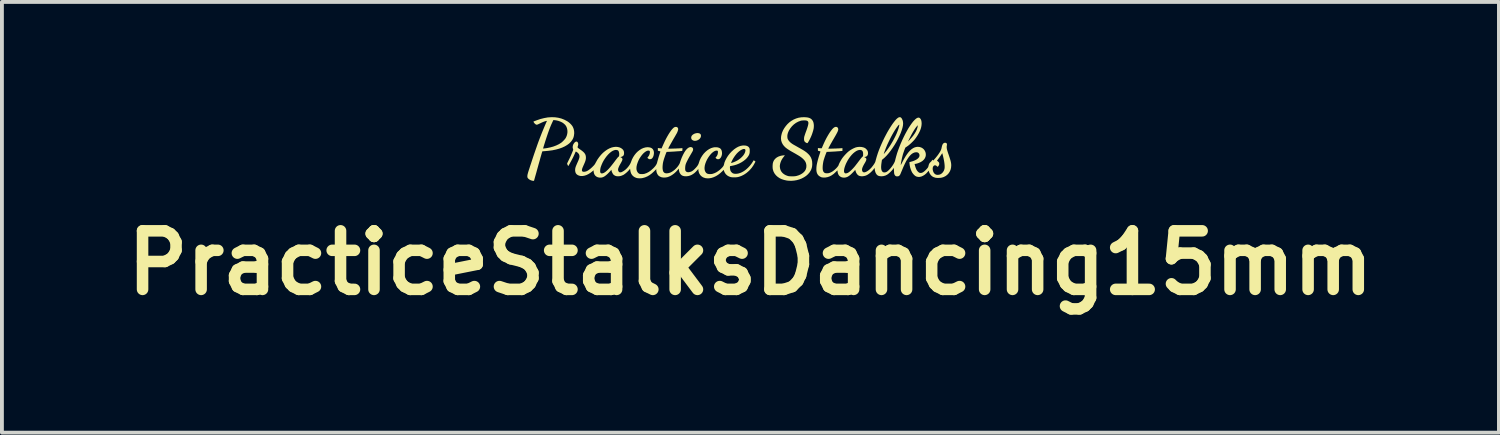
<source format=kicad_pcb>
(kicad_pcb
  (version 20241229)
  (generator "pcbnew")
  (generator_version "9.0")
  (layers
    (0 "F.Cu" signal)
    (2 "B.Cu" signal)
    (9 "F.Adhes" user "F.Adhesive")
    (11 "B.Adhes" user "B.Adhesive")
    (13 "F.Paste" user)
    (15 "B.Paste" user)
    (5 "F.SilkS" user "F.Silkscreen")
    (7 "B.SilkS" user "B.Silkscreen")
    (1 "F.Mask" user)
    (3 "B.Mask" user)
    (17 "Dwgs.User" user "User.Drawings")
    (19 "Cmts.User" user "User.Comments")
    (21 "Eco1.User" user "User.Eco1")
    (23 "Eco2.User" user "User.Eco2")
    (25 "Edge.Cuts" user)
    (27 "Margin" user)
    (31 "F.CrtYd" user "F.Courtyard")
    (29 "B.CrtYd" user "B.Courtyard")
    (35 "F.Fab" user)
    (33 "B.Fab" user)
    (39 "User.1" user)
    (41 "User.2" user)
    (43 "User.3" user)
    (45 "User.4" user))
  (footprint "PracticeStalksDancing15mm"
    (layer "F.Cu")
    (at 16.481 3.792)
    (property "Reference" "PracticeStalksDancing15mm" (at 0 0 0) (layer "F.SilkS") (effects (font (size 1.524 1.524) (thickness 0.3))))
    (attr board_only exclude_from_pos_files exclude_from_bom)
    (fp_poly (pts (xy -1.335 -3.373) (xy -1.312 -3.362) (xy -1.298 -3.349) (xy -1.29 -3.33) (xy -1.287 -3.306) (xy -1.291 -3.281) (xy -1.301 -3.256) (xy -1.302 -3.255) (xy -1.322 -3.228) (xy -1.35 -3.206) (xy -1.382 -3.189) (xy -1.416 -3.179) (xy -1.45 -3.177) (xy -1.474 -3.18) (xy -1.503 -3.192) (xy -1.525 -3.208) (xy -1.537 -3.23) (xy -1.542 -3.257) (xy -1.538 -3.286) (xy -1.526 -3.311) (xy -1.505 -3.333) (xy -1.475 -3.353) (xy -1.46 -3.361) (xy -1.427 -3.372) (xy -1.395 -3.378) (xy -1.363 -3.378)) (stroke (width 0) (type solid)) (fill yes) (layer "F.SilkS"))
    (fp_poly (pts (xy -5.09 -3.79) (xy -5.004 -3.778) (xy -4.921 -3.757) (xy -4.842 -3.726) (xy -4.772 -3.689) (xy -4.736 -3.665) (xy -4.701 -3.636) (xy -4.668 -3.603) (xy -4.641 -3.57) (xy -4.621 -3.538) (xy -4.62 -3.535) (xy -4.6 -3.485) (xy -4.589 -3.43) (xy -4.586 -3.374) (xy -4.593 -3.317) (xy -4.593 -3.315) (xy -4.601 -3.28) (xy -4.61 -3.252) (xy -4.623 -3.225) (xy -4.638 -3.198) (xy -4.673 -3.151) (xy -4.718 -3.107) (xy -4.771 -3.068) (xy -4.832 -3.032) (xy -4.901 -3) (xy -4.977 -2.973) (xy -5.061 -2.95) (xy -5.152 -2.931) (xy -5.249 -2.918) (xy -5.334 -2.91) (xy -5.361 -2.908) (xy -5.385 -2.906) (xy -5.403 -2.904) (xy -5.414 -2.902) (xy -5.417 -2.901) (xy -5.419 -2.896) (xy -5.423 -2.882) (xy -5.43 -2.86) (xy -5.438 -2.831) (xy -5.448 -2.796) (xy -5.46 -2.755) (xy -5.473 -2.709) (xy -5.486 -2.66) (xy -5.5 -2.611) (xy -5.516 -2.555) (xy -5.531 -2.5) (xy -5.546 -2.447) (xy -5.56 -2.396) (xy -5.573 -2.348) (xy -5.585 -2.306) (xy -5.595 -2.271) (xy -5.603 -2.243) (xy -5.607 -2.229) (xy -5.633 -2.135) (xy -5.651 -2.136) (xy -5.667 -2.137) (xy -5.686 -2.141) (xy -5.691 -2.142) (xy -5.727 -2.155) (xy -5.759 -2.174) (xy -5.784 -2.195) (xy -5.8 -2.217) (xy -5.804 -2.23) (xy -5.806 -2.246) (xy -5.805 -2.27) (xy -5.805 -2.27) (xy -5.804 -2.281) (xy -5.802 -2.294) (xy -5.798 -2.31) (xy -5.793 -2.33) (xy -5.786 -2.355) (xy -5.777 -2.385) (xy -5.765 -2.422) (xy -5.75 -2.467) (xy -5.737 -2.508) (xy -5.699 -2.623) (xy -5.664 -2.73) (xy -5.631 -2.828) (xy -5.599 -2.92) (xy -5.579 -2.978) (xy -5.396 -2.978) (xy -5.391 -2.977) (xy -5.377 -2.977) (xy -5.353 -2.98) (xy -5.32 -2.984) (xy -5.291 -2.989) (xy -5.208 -3.006) (xy -5.129 -3.028) (xy -5.055 -3.056) (xy -4.988 -3.088) (xy -4.932 -3.122) (xy -4.905 -3.143) (xy -4.877 -3.169) (xy -4.85 -3.197) (xy -4.826 -3.225) (xy -4.808 -3.25) (xy -4.806 -3.254) (xy -4.783 -3.302) (xy -4.769 -3.352) (xy -4.762 -3.403) (xy -4.764 -3.452) (xy -4.773 -3.5) (xy -4.789 -3.544) (xy -4.814 -3.583) (xy -4.824 -3.595) (xy -4.859 -3.627) (xy -4.901 -3.656) (xy -4.95 -3.679) (xy -5.003 -3.698) (xy -5.059 -3.71) (xy -5.09 -3.714) (xy -5.129 -3.717) (xy -5.159 -3.653) (xy -5.187 -3.592) (xy -5.215 -3.524) (xy -5.243 -3.45) (xy -5.273 -3.366) (xy -5.3 -3.286) (xy -5.314 -3.244) (xy -5.327 -3.203) (xy -5.341 -3.161) (xy -5.353 -3.121) (xy -5.365 -3.084) (xy -5.375 -3.051) (xy -5.384 -3.022) (xy -5.39 -3) (xy -5.395 -2.985) (xy -5.396 -2.978) (xy -5.579 -2.978) (xy -5.569 -3.006) (xy -5.541 -3.087) (xy -5.513 -3.164) (xy -5.485 -3.238) (xy -5.457 -3.31) (xy -5.43 -3.38) (xy -5.401 -3.45) (xy -5.372 -3.52) (xy -5.341 -3.593) (xy -5.309 -3.667) (xy -5.305 -3.675) (xy -5.296 -3.697) (xy -5.315 -3.693) (xy -5.345 -3.686) (xy -5.382 -3.673) (xy -5.425 -3.655) (xy -5.473 -3.632) (xy -5.478 -3.63) (xy -5.509 -3.615) (xy -5.533 -3.604) (xy -5.551 -3.598) (xy -5.566 -3.597) (xy -5.578 -3.599) (xy -5.59 -3.606) (xy -5.602 -3.616) (xy -5.606 -3.619) (xy -5.62 -3.633) (xy -5.632 -3.648) (xy -5.641 -3.662) (xy -5.646 -3.673) (xy -5.645 -3.679) (xy -5.639 -3.682) (xy -5.625 -3.688) (xy -5.605 -3.695) (xy -5.581 -3.704) (xy -5.555 -3.714) (xy -5.528 -3.723) (xy -5.502 -3.732) (xy -5.48 -3.74) (xy -5.467 -3.744) (xy -5.368 -3.769) (xy -5.273 -3.786) (xy -5.18 -3.792)) (stroke (width 0) (type solid)) (fill yes) (layer "F.SilkS"))
    (fp_poly (pts (xy 1.451 -3.789) (xy 1.497 -3.783) (xy 1.537 -3.771) (xy 1.57 -3.754) (xy 1.597 -3.731) (xy 1.618 -3.703) (xy 1.627 -3.688) (xy 1.64 -3.654) (xy 1.648 -3.612) (xy 1.651 -3.566) (xy 1.648 -3.517) (xy 1.645 -3.496) (xy 1.639 -3.468) (xy 1.63 -3.433) (xy 1.618 -3.395) (xy 1.605 -3.355) (xy 1.59 -3.316) (xy 1.582 -3.296) (xy 1.569 -3.267) (xy 1.555 -3.237) (xy 1.54 -3.207) (xy 1.525 -3.18) (xy 1.511 -3.155) (xy 1.499 -3.136) (xy 1.489 -3.122) (xy 1.482 -3.116) (xy 1.481 -3.116) (xy 1.467 -3.119) (xy 1.45 -3.127) (xy 1.432 -3.138) (xy 1.419 -3.149) (xy 1.407 -3.164) (xy 1.4 -3.182) (xy 1.396 -3.204) (xy 1.395 -3.226) (xy 1.396 -3.242) (xy 1.397 -3.257) (xy 1.399 -3.273) (xy 1.403 -3.291) (xy 1.41 -3.312) (xy 1.418 -3.338) (xy 1.429 -3.37) (xy 1.443 -3.409) (xy 1.453 -3.435) (xy 1.472 -3.489) (xy 1.487 -3.535) (xy 1.498 -3.574) (xy 1.505 -3.606) (xy 1.509 -3.632) (xy 1.508 -3.653) (xy 1.503 -3.67) (xy 1.495 -3.684) (xy 1.482 -3.694) (xy 1.474 -3.699) (xy 1.459 -3.704) (xy 1.437 -3.707) (xy 1.41 -3.709) (xy 1.38 -3.708) (xy 1.351 -3.706) (xy 1.324 -3.703) (xy 1.305 -3.698) (xy 1.243 -3.675) (xy 1.184 -3.643) (xy 1.13 -3.603) (xy 1.081 -3.556) (xy 1.038 -3.502) (xy 1.002 -3.444) (xy 0.992 -3.423) (xy 0.976 -3.384) (xy 0.966 -3.348) (xy 0.961 -3.313) (xy 0.961 -3.281) (xy 0.963 -3.257) (xy 0.966 -3.24) (xy 0.971 -3.224) (xy 0.98 -3.207) (xy 0.998 -3.179) (xy 1.024 -3.15) (xy 1.055 -3.122) (xy 1.09 -3.097) (xy 1.095 -3.093) (xy 1.109 -3.085) (xy 1.129 -3.073) (xy 1.156 -3.058) (xy 1.186 -3.041) (xy 1.218 -3.023) (xy 1.24 -3.01) (xy 1.275 -2.991) (xy 1.31 -2.971) (xy 1.343 -2.952) (xy 1.374 -2.934) (xy 1.398 -2.919) (xy 1.408 -2.913) (xy 1.464 -2.872) (xy 1.51 -2.83) (xy 1.548 -2.786) (xy 1.576 -2.74) (xy 1.595 -2.69) (xy 1.606 -2.636) (xy 1.609 -2.578) (xy 1.609 -2.561) (xy 1.605 -2.513) (xy 1.596 -2.471) (xy 1.582 -2.431) (xy 1.567 -2.4) (xy 1.536 -2.351) (xy 1.496 -2.306) (xy 1.45 -2.265) (xy 1.396 -2.229) (xy 1.338 -2.198) (xy 1.275 -2.173) (xy 1.208 -2.154) (xy 1.139 -2.142) (xy 1.069 -2.136) (xy 0.998 -2.138) (xy 0.948 -2.143) (xy 0.878 -2.158) (xy 0.815 -2.179) (xy 0.758 -2.206) (xy 0.708 -2.24) (xy 0.665 -2.279) (xy 0.63 -2.323) (xy 0.603 -2.372) (xy 0.586 -2.423) (xy 0.579 -2.46) (xy 0.577 -2.501) (xy 0.578 -2.544) (xy 0.582 -2.586) (xy 0.591 -2.621) (xy 0.594 -2.631) (xy 0.614 -2.672) (xy 0.643 -2.708) (xy 0.679 -2.739) (xy 0.722 -2.764) (xy 0.771 -2.782) (xy 0.782 -2.785) (xy 0.803 -2.79) (xy 0.825 -2.794) (xy 0.848 -2.797) (xy 0.868 -2.799) (xy 0.884 -2.8) (xy 0.893 -2.8) (xy 0.895 -2.798) (xy 0.892 -2.793) (xy 0.884 -2.782) (xy 0.875 -2.772) (xy 0.839 -2.725) (xy 0.809 -2.676) (xy 0.787 -2.625) (xy 0.772 -2.574) (xy 0.765 -2.525) (xy 0.765 -2.515) (xy 0.77 -2.465) (xy 0.783 -2.418) (xy 0.805 -2.376) (xy 0.836 -2.339) (xy 0.874 -2.308) (xy 0.92 -2.282) (xy 0.965 -2.265) (xy 0.981 -2.26) (xy 0.996 -2.257) (xy 1.012 -2.255) (xy 1.032 -2.254) (xy 1.058 -2.253) (xy 1.083 -2.253) (xy 1.116 -2.253) (xy 1.142 -2.254) (xy 1.163 -2.256) (xy 1.182 -2.259) (xy 1.201 -2.263) (xy 1.208 -2.265) (xy 1.262 -2.282) (xy 1.312 -2.305) (xy 1.356 -2.333) (xy 1.393 -2.365) (xy 1.421 -2.398) (xy 1.442 -2.438) (xy 1.454 -2.482) (xy 1.457 -2.529) (xy 1.454 -2.558) (xy 1.446 -2.595) (xy 1.432 -2.629) (xy 1.411 -2.662) (xy 1.381 -2.696) (xy 1.378 -2.699) (xy 1.359 -2.717) (xy 1.338 -2.735) (xy 1.314 -2.753) (xy 1.286 -2.773) (xy 1.252 -2.794) (xy 1.213 -2.817) (xy 1.167 -2.844) (xy 1.135 -2.862) (xy 1.085 -2.89) (xy 1.043 -2.914) (xy 1.008 -2.936) (xy 0.978 -2.955) (xy 0.953 -2.972) (xy 0.931 -2.989) (xy 0.914 -3.002) (xy 0.872 -3.044) (xy 0.839 -3.089) (xy 0.815 -3.137) (xy 0.8 -3.188) (xy 0.795 -3.242) (xy 0.8 -3.3) (xy 0.814 -3.361) (xy 0.826 -3.398) (xy 0.85 -3.453) (xy 0.882 -3.508) (xy 0.921 -3.562) (xy 0.964 -3.612) (xy 1.011 -3.656) (xy 1.059 -3.692) (xy 1.123 -3.73) (xy 1.188 -3.758) (xy 1.254 -3.778) (xy 1.324 -3.789) (xy 1.395 -3.792)) (stroke (width 0) (type solid)) (fill yes) (layer "F.SilkS"))
    (fp_poly (pts (xy 3.9 -3.792) (xy 3.919 -3.781) (xy 3.937 -3.761) (xy 3.944 -3.748) (xy 3.962 -3.709) (xy 3.971 -3.668) (xy 3.974 -3.625) (xy 3.97 -3.577) (xy 3.959 -3.523) (xy 3.938 -3.453) (xy 3.911 -3.379) (xy 3.877 -3.302) (xy 3.839 -3.224) (xy 3.797 -3.146) (xy 3.751 -3.069) (xy 3.702 -2.994) (xy 3.652 -2.923) (xy 3.601 -2.857) (xy 3.549 -2.797) (xy 3.498 -2.745) (xy 3.457 -2.709) (xy 3.423 -2.681) (xy 3.414 -2.622) (xy 3.406 -2.563) (xy 3.402 -2.513) (xy 3.402 -2.471) (xy 3.406 -2.437) (xy 3.414 -2.408) (xy 3.426 -2.386) (xy 3.442 -2.368) (xy 3.447 -2.364) (xy 3.468 -2.356) (xy 3.493 -2.354) (xy 3.52 -2.359) (xy 3.539 -2.366) (xy 3.564 -2.382) (xy 3.592 -2.406) (xy 3.622 -2.436) (xy 3.653 -2.471) (xy 3.683 -2.51) (xy 3.711 -2.551) (xy 3.717 -2.561) (xy 3.733 -2.588) (xy 3.745 -2.611) (xy 3.755 -2.631) (xy 3.762 -2.652) (xy 3.769 -2.677) (xy 3.773 -2.696) (xy 3.794 -2.774) (xy 3.818 -2.856) (xy 3.847 -2.939) (xy 3.879 -3.024) (xy 3.913 -3.109) (xy 3.935 -3.158) (xy 4.101 -3.158) (xy 4.149 -3.208) (xy 4.171 -3.233) (xy 4.196 -3.261) (xy 4.219 -3.289) (xy 4.236 -3.31) (xy 4.275 -3.366) (xy 4.307 -3.42) (xy 4.331 -3.472) (xy 4.347 -3.521) (xy 4.353 -3.556) (xy 4.356 -3.583) (xy 4.333 -3.558) (xy 4.311 -3.531) (xy 4.285 -3.495) (xy 4.257 -3.452) (xy 4.227 -3.402) (xy 4.196 -3.347) (xy 4.165 -3.287) (xy 4.144 -3.246) (xy 4.101 -3.158) (xy 3.935 -3.158) (xy 3.95 -3.193) (xy 3.989 -3.275) (xy 4.029 -3.355) (xy 4.07 -3.43) (xy 4.111 -3.502) (xy 4.153 -3.567) (xy 4.194 -3.626) (xy 4.233 -3.677) (xy 4.272 -3.719) (xy 4.282 -3.729) (xy 4.313 -3.756) (xy 4.341 -3.773) (xy 4.367 -3.781) (xy 4.39 -3.779) (xy 4.41 -3.768) (xy 4.428 -3.747) (xy 4.431 -3.743) (xy 4.445 -3.712) (xy 4.453 -3.674) (xy 4.456 -3.631) (xy 4.453 -3.584) (xy 4.445 -3.535) (xy 4.431 -3.486) (xy 4.411 -3.434) (xy 4.384 -3.379) (xy 4.352 -3.323) (xy 4.316 -3.268) (xy 4.278 -3.216) (xy 4.277 -3.215) (xy 4.25 -3.184) (xy 4.218 -3.151) (xy 4.183 -3.117) (xy 4.147 -3.085) (xy 4.113 -3.056) (xy 4.082 -3.034) (xy 4.032 -3) (xy 4.009 -2.942) (xy 3.998 -2.911) (xy 3.986 -2.876) (xy 3.974 -2.842) (xy 3.968 -2.823) (xy 3.961 -2.795) (xy 3.952 -2.761) (xy 3.943 -2.723) (xy 3.935 -2.683) (xy 3.927 -2.645) (xy 3.92 -2.609) (xy 3.915 -2.579) (xy 3.914 -2.566) (xy 3.913 -2.556) (xy 3.913 -2.55) (xy 3.914 -2.549) (xy 3.918 -2.554) (xy 3.924 -2.565) (xy 3.934 -2.584) (xy 3.947 -2.61) (xy 3.949 -2.613) (xy 3.992 -2.694) (xy 4.034 -2.766) (xy 4.075 -2.828) (xy 4.115 -2.881) (xy 4.155 -2.925) (xy 4.195 -2.96) (xy 4.236 -2.987) (xy 4.276 -3.006) (xy 4.317 -3.017) (xy 4.358 -3.021) (xy 4.403 -3.016) (xy 4.445 -3.003) (xy 4.482 -2.982) (xy 4.513 -2.955) (xy 4.537 -2.921) (xy 4.555 -2.883) (xy 4.564 -2.841) (xy 4.565 -2.803) (xy 4.557 -2.762) (xy 4.54 -2.723) (xy 4.514 -2.687) (xy 4.48 -2.655) (xy 4.437 -2.627) (xy 4.421 -2.619) (xy 4.394 -2.607) (xy 4.364 -2.595) (xy 4.335 -2.586) (xy 4.309 -2.579) (xy 4.288 -2.576) (xy 4.283 -2.576) (xy 4.272 -2.576) (xy 4.283 -2.532) (xy 4.297 -2.486) (xy 4.311 -2.449) (xy 4.326 -2.418) (xy 4.343 -2.393) (xy 4.364 -2.37) (xy 4.365 -2.369) (xy 4.388 -2.351) (xy 4.411 -2.342) (xy 4.437 -2.341) (xy 4.446 -2.342) (xy 4.47 -2.348) (xy 4.494 -2.36) (xy 4.52 -2.378) (xy 4.55 -2.404) (xy 4.558 -2.413) (xy 4.582 -2.437) (xy 4.744 -2.437) (xy 4.745 -2.421) (xy 4.756 -2.38) (xy 4.772 -2.346) (xy 4.795 -2.319) (xy 4.823 -2.3) (xy 4.823 -2.3) (xy 4.847 -2.293) (xy 4.875 -2.291) (xy 4.905 -2.294) (xy 4.933 -2.301) (xy 4.943 -2.305) (xy 4.979 -2.328) (xy 5.009 -2.359) (xy 5.033 -2.396) (xy 5.048 -2.438) (xy 5.051 -2.449) (xy 5.055 -2.483) (xy 5.055 -2.526) (xy 5.051 -2.577) (xy 5.043 -2.635) (xy 5.031 -2.699) (xy 5.015 -2.771) (xy 5.005 -2.812) (xy 4.993 -2.856) (xy 4.949 -2.79) (xy 4.931 -2.765) (xy 4.914 -2.739) (xy 4.897 -2.717) (xy 4.884 -2.699) (xy 4.88 -2.694) (xy 4.869 -2.679) (xy 4.86 -2.668) (xy 4.856 -2.661) (xy 4.856 -2.661) (xy 4.86 -2.657) (xy 4.87 -2.649) (xy 4.876 -2.644) (xy 4.899 -2.624) (xy 4.912 -2.601) (xy 4.915 -2.576) (xy 4.909 -2.549) (xy 4.895 -2.525) (xy 4.886 -2.512) (xy 4.877 -2.503) (xy 4.873 -2.501) (xy 4.866 -2.504) (xy 4.857 -2.512) (xy 4.856 -2.513) (xy 4.835 -2.531) (xy 4.814 -2.539) (xy 4.794 -2.539) (xy 4.776 -2.531) (xy 4.761 -2.516) (xy 4.75 -2.495) (xy 4.744 -2.469) (xy 4.744 -2.437) (xy 4.582 -2.437) (xy 4.584 -2.439) (xy 4.603 -2.461) (xy 4.617 -2.479) (xy 4.626 -2.496) (xy 4.632 -2.513) (xy 4.636 -2.531) (xy 4.647 -2.569) (xy 4.665 -2.601) (xy 4.692 -2.628) (xy 4.709 -2.644) (xy 4.721 -2.66) (xy 4.725 -2.667) (xy 4.73 -2.679) (xy 4.734 -2.685) (xy 4.734 -2.686) (xy 4.739 -2.682) (xy 4.746 -2.674) (xy 4.755 -2.663) (xy 4.771 -2.678) (xy 4.783 -2.691) (xy 4.8 -2.71) (xy 4.82 -2.733) (xy 4.84 -2.758) (xy 4.861 -2.784) (xy 4.88 -2.809) (xy 4.895 -2.83) (xy 4.9 -2.838) (xy 4.925 -2.875) (xy 4.944 -2.908) (xy 4.958 -2.937) (xy 4.968 -2.964) (xy 4.975 -2.992) (xy 4.977 -3.003) (xy 4.987 -3.046) (xy 4.999 -3.079) (xy 5.015 -3.103) (xy 5.034 -3.119) (xy 5.056 -3.126) (xy 5.067 -3.127) (xy 5.089 -3.123) (xy 5.105 -3.113) (xy 5.114 -3.098) (xy 5.114 -3.098) (xy 5.115 -3.086) (xy 5.114 -3.069) (xy 5.111 -3.049) (xy 5.111 -3.049) (xy 5.108 -3.028) (xy 5.108 -3.006) (xy 5.11 -2.984) (xy 5.114 -2.958) (xy 5.122 -2.928) (xy 5.133 -2.892) (xy 5.147 -2.848) (xy 5.152 -2.836) (xy 5.17 -2.782) (xy 5.185 -2.737) (xy 5.197 -2.698) (xy 5.207 -2.665) (xy 5.214 -2.637) (xy 5.219 -2.612) (xy 5.223 -2.589) (xy 5.225 -2.567) (xy 5.226 -2.544) (xy 5.226 -2.53) (xy 5.221 -2.474) (xy 5.208 -2.422) (xy 5.186 -2.373) (xy 5.157 -2.329) (xy 5.12 -2.29) (xy 5.078 -2.259) (xy 5.029 -2.234) (xy 4.986 -2.221) (xy 4.956 -2.215) (xy 4.921 -2.212) (xy 4.885 -2.211) (xy 4.851 -2.212) (xy 4.822 -2.215) (xy 4.818 -2.216) (xy 4.772 -2.23) (xy 4.732 -2.251) (xy 4.698 -2.281) (xy 4.671 -2.318) (xy 4.65 -2.362) (xy 4.65 -2.364) (xy 4.638 -2.399) (xy 4.612 -2.367) (xy 4.574 -2.326) (xy 4.534 -2.293) (xy 4.492 -2.267) (xy 4.45 -2.248) (xy 4.408 -2.238) (xy 4.367 -2.237) (xy 4.329 -2.245) (xy 4.308 -2.253) (xy 4.284 -2.268) (xy 4.259 -2.29) (xy 4.235 -2.317) (xy 4.213 -2.346) (xy 4.199 -2.372) (xy 4.176 -2.425) (xy 4.158 -2.481) (xy 4.146 -2.537) (xy 4.14 -2.589) (xy 4.14 -2.59) (xy 4.138 -2.622) (xy 4.182 -2.634) (xy 4.239 -2.651) (xy 4.287 -2.671) (xy 4.327 -2.693) (xy 4.359 -2.717) (xy 4.382 -2.742) (xy 4.396 -2.769) (xy 4.401 -2.797) (xy 4.396 -2.826) (xy 4.391 -2.839) (xy 4.375 -2.86) (xy 4.353 -2.874) (xy 4.325 -2.88) (xy 4.303 -2.879) (xy 4.266 -2.872) (xy 4.231 -2.857) (xy 4.195 -2.833) (xy 4.16 -2.8) (xy 4.125 -2.759) (xy 4.09 -2.708) (xy 4.054 -2.649) (xy 4.019 -2.579) (xy 3.982 -2.5) (xy 3.949 -2.42) (xy 3.936 -2.389) (xy 3.923 -2.359) (xy 3.912 -2.332) (xy 3.903 -2.311) (xy 3.896 -2.297) (xy 3.894 -2.293) (xy 3.878 -2.272) (xy 3.859 -2.258) (xy 3.834 -2.252) (xy 3.829 -2.252) (xy 3.802 -2.252) (xy 3.781 -2.26) (xy 3.764 -2.275) (xy 3.753 -2.294) (xy 3.747 -2.305) (xy 3.744 -2.316) (xy 3.741 -2.329) (xy 3.739 -2.346) (xy 3.738 -2.369) (xy 3.736 -2.397) (xy 3.733 -2.473) (xy 3.707 -2.437) (xy 3.688 -2.414) (xy 3.665 -2.388) (xy 3.639 -2.362) (xy 3.612 -2.337) (xy 3.587 -2.316) (xy 3.565 -2.3) (xy 3.559 -2.296) (xy 3.514 -2.273) (xy 3.468 -2.26) (xy 3.419 -2.254) (xy 3.411 -2.254) (xy 3.369 -2.257) (xy 3.334 -2.265) (xy 3.306 -2.28) (xy 3.283 -2.303) (xy 3.264 -2.333) (xy 3.254 -2.356) (xy 3.242 -2.395) (xy 3.236 -2.432) (xy 3.233 -2.472) (xy 3.211 -2.443) (xy 3.174 -2.399) (xy 3.132 -2.357) (xy 3.088 -2.321) (xy 3.043 -2.291) (xy 3.041 -2.29) (xy 3.003 -2.272) (xy 2.963 -2.261) (xy 2.922 -2.255) (xy 2.882 -2.255) (xy 2.846 -2.261) (xy 2.821 -2.27) (xy 2.794 -2.289) (xy 2.771 -2.316) (xy 2.751 -2.351) (xy 2.736 -2.392) (xy 2.732 -2.405) (xy 2.728 -2.422) (xy 2.693 -2.382) (xy 2.647 -2.334) (xy 2.605 -2.294) (xy 2.565 -2.263) (xy 2.527 -2.24) (xy 2.49 -2.226) (xy 2.454 -2.219) (xy 2.418 -2.219) (xy 2.408 -2.22) (xy 2.367 -2.231) (xy 2.333 -2.249) (xy 2.306 -2.274) (xy 2.286 -2.307) (xy 2.273 -2.346) (xy 2.27 -2.367) (xy 2.266 -2.392) (xy 2.435 -2.392) (xy 2.438 -2.365) (xy 2.447 -2.346) (xy 2.461 -2.334) (xy 2.462 -2.333) (xy 2.48 -2.329) (xy 2.499 -2.331) (xy 2.524 -2.339) (xy 2.53 -2.341) (xy 2.554 -2.354) (xy 2.583 -2.376) (xy 2.615 -2.404) (xy 2.65 -2.438) (xy 2.687 -2.478) (xy 2.71 -2.504) (xy 2.721 -2.518) (xy 2.738 -2.539) (xy 2.757 -2.564) (xy 2.78 -2.593) (xy 2.803 -2.624) (xy 2.824 -2.651) (xy 2.846 -2.68) (xy 2.866 -2.707) (xy 2.885 -2.729) (xy 2.899 -2.747) (xy 2.91 -2.759) (xy 2.916 -2.764) (xy 2.916 -2.764) (xy 2.924 -2.769) (xy 2.929 -2.779) (xy 2.932 -2.796) (xy 2.933 -2.821) (xy 2.933 -2.836) (xy 2.931 -2.871) (xy 2.923 -2.898) (xy 2.911 -2.918) (xy 2.894 -2.931) (xy 2.89 -2.933) (xy 2.86 -2.94) (xy 2.826 -2.938) (xy 2.79 -2.928) (xy 2.753 -2.91) (xy 2.715 -2.884) (xy 2.676 -2.852) (xy 2.638 -2.814) (xy 2.601 -2.77) (xy 2.565 -2.721) (xy 2.531 -2.667) (xy 2.501 -2.609) (xy 2.497 -2.603) (xy 2.475 -2.553) (xy 2.458 -2.506) (xy 2.445 -2.463) (xy 2.438 -2.425) (xy 2.435 -2.392) (xy 2.266 -2.392) (xy 2.264 -2.408) (xy 2.218 -2.363) (xy 2.166 -2.315) (xy 2.113 -2.278) (xy 2.06 -2.25) (xy 2.007 -2.232) (xy 1.951 -2.222) (xy 1.904 -2.221) (xy 1.88 -2.223) (xy 1.862 -2.225) (xy 1.846 -2.23) (xy 1.829 -2.237) (xy 1.819 -2.242) (xy 1.788 -2.261) (xy 1.762 -2.285) (xy 1.742 -2.314) (xy 1.728 -2.348) (xy 1.719 -2.388) (xy 1.716 -2.434) (xy 1.718 -2.487) (xy 1.725 -2.546) (xy 1.739 -2.613) (xy 1.757 -2.687) (xy 1.781 -2.769) (xy 1.805 -2.842) (xy 1.814 -2.87) (xy 1.819 -2.889) (xy 1.82 -2.9) (xy 1.819 -2.903) (xy 1.811 -2.905) (xy 1.797 -2.909) (xy 1.785 -2.912) (xy 1.758 -2.918) (xy 1.756 -2.954) (xy 1.756 -2.973) (xy 1.756 -2.984) (xy 1.758 -2.988) (xy 1.763 -2.989) (xy 1.766 -2.988) (xy 1.777 -2.987) (xy 1.794 -2.985) (xy 1.814 -2.984) (xy 1.817 -2.984) (xy 1.856 -2.983) (xy 1.883 -3.047) (xy 1.913 -3.115) (xy 1.944 -3.181) (xy 1.976 -3.244) (xy 2.009 -3.303) (xy 2.041 -3.357) (xy 2.072 -3.405) (xy 2.103 -3.447) (xy 2.131 -3.482) (xy 2.157 -3.509) (xy 2.18 -3.526) (xy 2.205 -3.538) (xy 2.229 -3.541) (xy 2.25 -3.536) (xy 2.268 -3.524) (xy 2.28 -3.506) (xy 2.285 -3.483) (xy 2.285 -3.479) (xy 2.285 -3.467) (xy 2.283 -3.454) (xy 2.278 -3.44) (xy 2.272 -3.422) (xy 2.263 -3.402) (xy 2.25 -3.377) (xy 2.234 -3.347) (xy 2.214 -3.311) (xy 2.189 -3.268) (xy 2.163 -3.223) (xy 2.133 -3.172) (xy 2.107 -3.125) (xy 2.083 -3.084) (xy 2.064 -3.048) (xy 2.048 -3.019) (xy 2.036 -2.996) (xy 2.029 -2.981) (xy 2.027 -2.973) (xy 2.027 -2.972) (xy 2.032 -2.972) (xy 2.046 -2.972) (xy 2.068 -2.972) (xy 2.094 -2.973) (xy 2.126 -2.974) (xy 2.16 -2.975) (xy 2.196 -2.976) (xy 2.232 -2.977) (xy 2.266 -2.979) (xy 2.298 -2.98) (xy 2.326 -2.982) (xy 2.348 -2.983) (xy 2.359 -2.984) (xy 2.395 -2.987) (xy 2.395 -2.916) (xy 2.379 -2.913) (xy 2.365 -2.912) (xy 2.343 -2.91) (xy 2.313 -2.907) (xy 2.279 -2.905) (xy 2.242 -2.902) (xy 2.203 -2.899) (xy 2.164 -2.897) (xy 2.127 -2.895) (xy 2.093 -2.893) (xy 2.074 -2.892) (xy 1.984 -2.889) (xy 1.975 -2.867) (xy 1.966 -2.845) (xy 1.955 -2.816) (xy 1.943 -2.784) (xy 1.931 -2.75) (xy 1.921 -2.718) (xy 1.912 -2.691) (xy 1.908 -2.679) (xy 1.897 -2.635) (xy 1.889 -2.588) (xy 1.883 -2.542) (xy 1.88 -2.497) (xy 1.88 -2.457) (xy 1.883 -2.422) (xy 1.888 -2.402) (xy 1.9 -2.373) (xy 1.918 -2.352) (xy 1.942 -2.338) (xy 1.972 -2.332) (xy 2.002 -2.332) (xy 2.033 -2.335) (xy 2.061 -2.343) (xy 2.09 -2.355) (xy 2.117 -2.369) (xy 2.145 -2.386) (xy 2.174 -2.408) (xy 2.203 -2.433) (xy 2.231 -2.46) (xy 2.255 -2.486) (xy 2.275 -2.511) (xy 2.29 -2.533) (xy 2.295 -2.546) (xy 2.303 -2.568) (xy 2.316 -2.597) (xy 2.332 -2.628) (xy 2.351 -2.662) (xy 2.37 -2.694) (xy 2.387 -2.72) (xy 2.414 -2.756) (xy 2.447 -2.795) (xy 2.483 -2.834) (xy 2.52 -2.871) (xy 2.555 -2.902) (xy 2.57 -2.913) (xy 2.607 -2.939) (xy 2.648 -2.963) (xy 2.689 -2.984) (xy 2.728 -3) (xy 2.743 -3.006) (xy 2.79 -3.016) (xy 2.839 -3.02) (xy 2.888 -3.017) (xy 2.934 -3.008) (xy 2.971 -2.994) (xy 2.996 -2.979) (xy 3.019 -2.957) (xy 3.039 -2.933) (xy 3.052 -2.909) (xy 3.053 -2.906) (xy 3.059 -2.877) (xy 3.06 -2.846) (xy 3.056 -2.819) (xy 3.046 -2.797) (xy 3.044 -2.794) (xy 3.025 -2.774) (xy 3.001 -2.762) (xy 2.981 -2.758) (xy 2.961 -2.754) (xy 2.98 -2.745) (xy 2.999 -2.733) (xy 3.011 -2.721) (xy 3.017 -2.705) (xy 3.017 -2.687) (xy 3.01 -2.663) (xy 2.997 -2.635) (xy 2.978 -2.6) (xy 2.97 -2.588) (xy 2.944 -2.542) (xy 2.925 -2.503) (xy 2.912 -2.47) (xy 2.905 -2.441) (xy 2.904 -2.426) (xy 2.908 -2.397) (xy 2.918 -2.376) (xy 2.934 -2.362) (xy 2.956 -2.356) (xy 2.981 -2.359) (xy 3.011 -2.37) (xy 3.012 -2.37) (xy 3.06 -2.399) (xy 3.104 -2.434) (xy 3.147 -2.477) (xy 3.189 -2.53) (xy 3.209 -2.558) (xy 3.224 -2.581) (xy 3.235 -2.6) (xy 3.244 -2.617) (xy 3.251 -2.634) (xy 3.257 -2.657) (xy 3.263 -2.678) (xy 3.286 -2.761) (xy 3.31 -2.836) (xy 3.471 -2.836) (xy 3.474 -2.837) (xy 3.482 -2.845) (xy 3.494 -2.859) (xy 3.509 -2.877) (xy 3.526 -2.898) (xy 3.545 -2.921) (xy 3.548 -2.926) (xy 3.59 -2.984) (xy 3.632 -3.046) (xy 3.672 -3.111) (xy 3.711 -3.177) (xy 3.746 -3.244) (xy 3.779 -3.309) (xy 3.808 -3.373) (xy 3.832 -3.434) (xy 3.852 -3.49) (xy 3.866 -3.541) (xy 3.874 -3.578) (xy 3.875 -3.591) (xy 3.873 -3.598) (xy 3.869 -3.597) (xy 3.859 -3.589) (xy 3.845 -3.574) (xy 3.839 -3.566) (xy 3.813 -3.533) (xy 3.784 -3.491) (xy 3.753 -3.443) (xy 3.721 -3.389) (xy 3.688 -3.331) (xy 3.655 -3.269) (xy 3.623 -3.205) (xy 3.592 -3.141) (xy 3.562 -3.077) (xy 3.536 -3.015) (xy 3.518 -2.97) (xy 3.509 -2.946) (xy 3.499 -2.921) (xy 3.49 -2.896) (xy 3.482 -2.873) (xy 3.476 -2.854) (xy 3.472 -2.841) (xy 3.471 -2.836) (xy 3.31 -2.836) (xy 3.312 -2.843) (xy 3.341 -2.925) (xy 3.375 -3.01) (xy 3.413 -3.099) (xy 3.454 -3.188) (xy 3.489 -3.26) (xy 3.526 -3.331) (xy 3.563 -3.4) (xy 3.601 -3.465) (xy 3.639 -3.527) (xy 3.676 -3.584) (xy 3.712 -3.636) (xy 3.747 -3.681) (xy 3.779 -3.72) (xy 3.808 -3.75) (xy 3.826 -3.765) (xy 3.853 -3.784) (xy 3.878 -3.792)) (stroke (width 0) (type solid)) (fill yes) (layer "F.SilkS"))
    (fp_poly (pts (xy -1.916 -3.536) (xy -1.898 -3.525) (xy -1.886 -3.508) (xy -1.88 -3.486) (xy -1.88 -3.482) (xy -1.883 -3.463) (xy -1.889 -3.439) (xy -1.899 -3.412) (xy -1.91 -3.386) (xy -1.91 -3.386) (xy -1.916 -3.374) (xy -1.927 -3.356) (xy -1.941 -3.331) (xy -1.957 -3.302) (xy -1.976 -3.27) (xy -1.996 -3.236) (xy -2.002 -3.226) (xy -2.032 -3.173) (xy -2.059 -3.125) (xy -2.083 -3.083) (xy -2.103 -3.047) (xy -2.119 -3.018) (xy -2.13 -2.995) (xy -2.137 -2.98) (xy -2.139 -2.973) (xy -2.139 -2.972) (xy -2.133 -2.972) (xy -2.119 -2.972) (xy -2.098 -2.972) (xy -2.071 -2.973) (xy -2.04 -2.974) (xy -2.006 -2.975) (xy -1.97 -2.976) (xy -1.934 -2.977) (xy -1.9 -2.979) (xy -1.868 -2.98) (xy -1.84 -2.982) (xy -1.818 -2.983) (xy -1.807 -2.984) (xy -1.77 -2.987) (xy -1.77 -2.952) (xy -1.771 -2.933) (xy -1.772 -2.922) (xy -1.775 -2.917) (xy -1.78 -2.915) (xy -1.784 -2.914) (xy -1.794 -2.912) (xy -1.813 -2.911) (xy -1.839 -2.908) (xy -1.87 -2.906) (xy -1.905 -2.904) (xy -1.942 -2.901) (xy -1.981 -2.898) (xy -2.019 -2.896) (xy -2.055 -2.894) (xy -2.088 -2.892) (xy -2.103 -2.892) (xy -2.182 -2.888) (xy -2.197 -2.853) (xy -2.208 -2.823) (xy -2.221 -2.788) (xy -2.234 -2.75) (xy -2.247 -2.712) (xy -2.258 -2.676) (xy -2.266 -2.646) (xy -2.27 -2.633) (xy -2.279 -2.586) (xy -2.284 -2.54) (xy -2.287 -2.495) (xy -2.286 -2.454) (xy -2.281 -2.418) (xy -2.274 -2.389) (xy -2.272 -2.385) (xy -2.262 -2.368) (xy -2.248 -2.352) (xy -2.243 -2.348) (xy -2.22 -2.336) (xy -2.191 -2.331) (xy -2.158 -2.332) (xy -2.121 -2.339) (xy -2.084 -2.351) (xy -2.051 -2.368) (xy -2.01 -2.394) (xy -1.969 -2.426) (xy -1.932 -2.462) (xy -1.898 -2.5) (xy -1.869 -2.54) (xy -1.846 -2.578) (xy -1.832 -2.614) (xy -1.831 -2.618) (xy -1.82 -2.654) (xy -1.805 -2.695) (xy -1.788 -2.739) (xy -1.769 -2.781) (xy -1.753 -2.815) (xy -1.722 -2.873) (xy -1.691 -2.921) (xy -1.659 -2.959) (xy -1.628 -2.987) (xy -1.598 -3.005) (xy -1.567 -3.014) (xy -1.567 -3.014) (xy -1.54 -3.013) (xy -1.518 -3.005) (xy -1.502 -2.99) (xy -1.493 -2.97) (xy -1.492 -2.945) (xy -1.493 -2.942) (xy -1.495 -2.932) (xy -1.498 -2.922) (xy -1.503 -2.91) (xy -1.511 -2.895) (xy -1.522 -2.876) (xy -1.536 -2.851) (xy -1.555 -2.819) (xy -1.564 -2.803) (xy -1.594 -2.752) (xy -1.621 -2.703) (xy -1.644 -2.658) (xy -1.664 -2.617) (xy -1.679 -2.582) (xy -1.686 -2.561) (xy -1.692 -2.536) (xy -1.696 -2.508) (xy -1.698 -2.478) (xy -1.699 -2.449) (xy -1.697 -2.424) (xy -1.693 -2.404) (xy -1.689 -2.394) (xy -1.671 -2.375) (xy -1.647 -2.363) (xy -1.618 -2.359) (xy -1.585 -2.363) (xy -1.549 -2.374) (xy -1.532 -2.381) (xy -1.513 -2.392) (xy -1.494 -2.405) (xy -1.473 -2.423) (xy -1.448 -2.447) (xy -1.447 -2.448) (xy -1.412 -2.485) (xy -1.384 -2.519) (xy -1.363 -2.552) (xy -1.348 -2.584) (xy -1.341 -2.607) (xy -1.319 -2.671) (xy -1.291 -2.731) (xy -1.256 -2.788) (xy -1.217 -2.841) (xy -1.172 -2.888) (xy -1.124 -2.929) (xy -1.074 -2.962) (xy -1.021 -2.988) (xy -0.971 -3.003) (xy -0.93 -3.01) (xy -0.89 -3.01) (xy -0.853 -3.006) (xy -0.819 -2.996) (xy -0.792 -2.983) (xy -0.781 -2.974) (xy -0.761 -2.949) (xy -0.748 -2.919) (xy -0.741 -2.884) (xy -0.739 -2.847) (xy -0.744 -2.809) (xy -0.755 -2.773) (xy -0.772 -2.741) (xy -0.783 -2.727) (xy -0.804 -2.708) (xy -0.828 -2.699) (xy -0.853 -2.698) (xy -0.877 -2.706) (xy -0.896 -2.722) (xy -0.91 -2.737) (xy -0.892 -2.757) (xy -0.868 -2.792) (xy -0.852 -2.83) (xy -0.846 -2.87) (xy -0.846 -2.871) (xy -0.846 -2.894) (xy -0.849 -2.91) (xy -0.856 -2.918) (xy -0.869 -2.922) (xy -0.886 -2.922) (xy -0.916 -2.917) (xy -0.947 -2.902) (xy -0.979 -2.88) (xy -1.011 -2.852) (xy -1.043 -2.817) (xy -1.074 -2.777) (xy -1.103 -2.734) (xy -1.13 -2.687) (xy -1.153 -2.638) (xy -1.172 -2.589) (xy -1.186 -2.539) (xy -1.188 -2.529) (xy -1.194 -2.484) (xy -1.194 -2.442) (xy -1.187 -2.404) (xy -1.173 -2.371) (xy -1.154 -2.344) (xy -1.13 -2.326) (xy -1.107 -2.317) (xy -1.078 -2.312) (xy -1.044 -2.311) (xy -1.01 -2.313) (xy -0.989 -2.317) (xy -0.941 -2.333) (xy -0.891 -2.356) (xy -0.842 -2.387) (xy -0.795 -2.423) (xy -0.77 -2.446) (xy -0.742 -2.474) (xy -0.722 -2.496) (xy -0.708 -2.515) (xy -0.698 -2.531) (xy -0.692 -2.547) (xy -0.69 -2.554) (xy -0.677 -2.604) (xy -0.503 -2.604) (xy -0.501 -2.602) (xy -0.494 -2.602) (xy -0.482 -2.605) (xy -0.462 -2.611) (xy -0.448 -2.616) (xy -0.396 -2.637) (xy -0.346 -2.662) (xy -0.299 -2.692) (xy -0.256 -2.725) (xy -0.218 -2.761) (xy -0.185 -2.798) (xy -0.16 -2.835) (xy -0.142 -2.872) (xy -0.132 -2.908) (xy -0.131 -2.914) (xy -0.13 -2.932) (xy -0.132 -2.943) (xy -0.136 -2.951) (xy -0.14 -2.956) (xy -0.155 -2.964) (xy -0.175 -2.965) (xy -0.2 -2.959) (xy -0.227 -2.947) (xy -0.258 -2.93) (xy -0.289 -2.907) (xy -0.32 -2.881) (xy -0.351 -2.85) (xy -0.362 -2.838) (xy -0.39 -2.803) (xy -0.419 -2.763) (xy -0.446 -2.721) (xy -0.47 -2.679) (xy -0.489 -2.64) (xy -0.502 -2.609) (xy -0.503 -2.604) (xy -0.677 -2.604) (xy -0.676 -2.611) (xy -0.652 -2.669) (xy -0.621 -2.728) (xy -0.584 -2.787) (xy -0.541 -2.843) (xy -0.493 -2.895) (xy -0.484 -2.903) (xy -0.428 -2.953) (xy -0.373 -2.992) (xy -0.319 -3.022) (xy -0.264 -3.043) (xy -0.21 -3.054) (xy -0.173 -3.056) (xy -0.127 -3.053) (xy -0.09 -3.044) (xy -0.06 -3.028) (xy -0.038 -3.006) (xy -0.029 -2.991) (xy -0.024 -2.979) (xy -0.02 -2.967) (xy -0.019 -2.953) (xy -0.018 -2.932) (xy -0.018 -2.913) (xy -0.019 -2.878) (xy -0.024 -2.849) (xy -0.032 -2.822) (xy -0.046 -2.794) (xy -0.061 -2.77) (xy -0.093 -2.728) (xy -0.134 -2.688) (xy -0.182 -2.651) (xy -0.236 -2.616) (xy -0.294 -2.586) (xy -0.356 -2.56) (xy -0.421 -2.54) (xy -0.481 -2.527) (xy -0.53 -2.518) (xy -0.533 -2.501) (xy -0.534 -2.483) (xy -0.532 -2.459) (xy -0.528 -2.434) (xy -0.523 -2.41) (xy -0.516 -2.392) (xy -0.516 -2.391) (xy -0.502 -2.371) (xy -0.485 -2.352) (xy -0.466 -2.337) (xy -0.46 -2.333) (xy -0.429 -2.322) (xy -0.392 -2.318) (xy -0.35 -2.32) (xy -0.306 -2.328) (xy -0.26 -2.343) (xy -0.221 -2.36) (xy -0.168 -2.39) (xy -0.115 -2.429) (xy -0.064 -2.475) (xy -0.016 -2.526) (xy 0.028 -2.582) (xy 0.055 -2.623) (xy 0.066 -2.64) (xy 0.075 -2.655) (xy 0.08 -2.665) (xy 0.081 -2.667) (xy 0.085 -2.669) (xy 0.094 -2.665) (xy 0.109 -2.655) (xy 0.119 -2.647) (xy 0.131 -2.637) (xy 0.115 -2.605) (xy 0.076 -2.536) (xy 0.033 -2.474) (xy -0.018 -2.416) (xy -0.044 -2.39) (xy -0.104 -2.339) (xy -0.167 -2.297) (xy -0.232 -2.264) (xy -0.299 -2.24) (xy -0.342 -2.231) (xy -0.368 -2.228) (xy -0.4 -2.226) (xy -0.433 -2.226) (xy -0.466 -2.227) (xy -0.494 -2.23) (xy -0.513 -2.233) (xy -0.561 -2.25) (xy -0.602 -2.274) (xy -0.638 -2.306) (xy -0.665 -2.343) (xy -0.685 -2.387) (xy -0.689 -2.397) (xy -0.696 -2.422) (xy -0.736 -2.381) (xy -0.788 -2.333) (xy -0.843 -2.291) (xy -0.899 -2.257) (xy -0.955 -2.231) (xy -1.012 -2.212) (xy -1.067 -2.202) (xy -1.121 -2.2) (xy -1.173 -2.206) (xy -1.221 -2.222) (xy -1.237 -2.229) (xy -1.273 -2.253) (xy -1.304 -2.284) (xy -1.328 -2.321) (xy -1.345 -2.362) (xy -1.354 -2.406) (xy -1.356 -2.427) (xy -1.356 -2.448) (xy -1.369 -2.43) (xy -1.389 -2.407) (xy -1.412 -2.382) (xy -1.437 -2.357) (xy -1.461 -2.336) (xy -1.478 -2.323) (xy -1.525 -2.293) (xy -1.57 -2.273) (xy -1.617 -2.26) (xy -1.666 -2.254) (xy -1.68 -2.254) (xy -1.725 -2.257) (xy -1.763 -2.267) (xy -1.794 -2.284) (xy -1.819 -2.309) (xy -1.84 -2.341) (xy -1.84 -2.342) (xy -1.849 -2.364) (xy -1.856 -2.389) (xy -1.861 -2.415) (xy -1.863 -2.437) (xy -1.862 -2.452) (xy -1.863 -2.453) (xy -1.87 -2.448) (xy -1.88 -2.436) (xy -1.889 -2.425) (xy -1.936 -2.372) (xy -1.987 -2.326) (xy -2.039 -2.288) (xy -2.093 -2.257) (xy -2.147 -2.235) (xy -2.175 -2.228) (xy -2.223 -2.221) (xy -2.27 -2.221) (xy -2.314 -2.229) (xy -2.353 -2.244) (xy -2.387 -2.266) (xy -2.387 -2.266) (xy -2.41 -2.291) (xy -2.428 -2.323) (xy -2.442 -2.359) (xy -2.449 -2.397) (xy -2.45 -2.416) (xy -2.45 -2.44) (xy -2.509 -2.381) (xy -2.567 -2.328) (xy -2.624 -2.285) (xy -2.683 -2.251) (xy -2.744 -2.225) (xy -2.807 -2.208) (xy -2.807 -2.208) (xy -2.84 -2.203) (xy -2.876 -2.201) (xy -2.912 -2.202) (xy -2.945 -2.206) (xy -2.963 -2.21) (xy -3.009 -2.228) (xy -3.047 -2.253) (xy -3.079 -2.285) (xy -3.103 -2.323) (xy -3.119 -2.368) (xy -3.128 -2.416) (xy -3.132 -2.45) (xy -3.145 -2.434) (xy -3.172 -2.402) (xy -3.203 -2.371) (xy -3.236 -2.341) (xy -3.269 -2.315) (xy -3.299 -2.294) (xy -3.315 -2.286) (xy -3.358 -2.268) (xy -3.4 -2.257) (xy -3.442 -2.254) (xy -3.482 -2.256) (xy -3.517 -2.266) (xy -3.547 -2.283) (xy -3.567 -2.3) (xy -3.581 -2.319) (xy -3.594 -2.344) (xy -3.606 -2.37) (xy -3.613 -2.394) (xy -3.615 -2.403) (xy -3.617 -2.425) (xy -3.64 -2.399) (xy -3.684 -2.351) (xy -3.725 -2.31) (xy -3.762 -2.278) (xy -3.796 -2.253) (xy -3.829 -2.235) (xy -3.861 -2.224) (xy -3.892 -2.219) (xy -3.925 -2.219) (xy -3.941 -2.221) (xy -3.982 -2.232) (xy -4.016 -2.251) (xy -4.043 -2.276) (xy -4.064 -2.309) (xy -4.076 -2.347) (xy -4.08 -2.374) (xy -4.081 -2.392) (xy -3.911 -2.392) (xy -3.91 -2.369) (xy -3.907 -2.355) (xy -3.896 -2.338) (xy -3.879 -2.329) (xy -3.857 -2.329) (xy -3.83 -2.336) (xy -3.813 -2.344) (xy -3.79 -2.357) (xy -3.766 -2.375) (xy -3.74 -2.397) (xy -3.712 -2.424) (xy -3.681 -2.456) (xy -3.647 -2.495) (xy -3.61 -2.541) (xy -3.568 -2.594) (xy -3.522 -2.655) (xy -3.519 -2.66) (xy -3.491 -2.696) (xy -3.468 -2.725) (xy -3.451 -2.747) (xy -3.438 -2.76) (xy -3.431 -2.765) (xy -3.431 -2.766) (xy -3.424 -2.769) (xy -3.42 -2.779) (xy -3.418 -2.786) (xy -3.415 -2.821) (xy -3.416 -2.854) (xy -3.422 -2.883) (xy -3.431 -2.908) (xy -3.444 -2.925) (xy -3.447 -2.927) (xy -3.465 -2.935) (xy -3.489 -2.939) (xy -3.516 -2.939) (xy -3.541 -2.934) (xy -3.581 -2.918) (xy -3.622 -2.893) (xy -3.663 -2.86) (xy -3.703 -2.821) (xy -3.743 -2.775) (xy -3.78 -2.725) (xy -3.815 -2.672) (xy -3.846 -2.615) (xy -3.872 -2.557) (xy -3.894 -2.499) (xy -3.901 -2.475) (xy -3.906 -2.448) (xy -3.91 -2.419) (xy -3.911 -2.392) (xy -4.081 -2.392) (xy -4.082 -2.41) (xy -4.105 -2.39) (xy -4.159 -2.348) (xy -4.213 -2.313) (xy -4.266 -2.287) (xy -4.318 -2.27) (xy -4.369 -2.261) (xy -4.417 -2.261) (xy -4.45 -2.268) (xy -4.488 -2.282) (xy -4.518 -2.302) (xy -4.541 -2.328) (xy -4.555 -2.36) (xy -4.562 -2.398) (xy -4.562 -2.413) (xy -4.562 -2.433) (xy -4.56 -2.452) (xy -4.556 -2.472) (xy -4.55 -2.494) (xy -4.541 -2.519) (xy -4.528 -2.55) (xy -4.512 -2.588) (xy -4.505 -2.603) (xy -4.488 -2.642) (xy -4.474 -2.673) (xy -4.465 -2.698) (xy -4.458 -2.718) (xy -4.453 -2.736) (xy -4.45 -2.751) (xy -4.449 -2.766) (xy -4.449 -2.773) (xy -4.453 -2.806) (xy -4.466 -2.834) (xy -4.487 -2.859) (xy -4.502 -2.872) (xy -4.518 -2.884) (xy -4.532 -2.893) (xy -4.543 -2.897) (xy -4.546 -2.897) (xy -4.55 -2.891) (xy -4.556 -2.878) (xy -4.564 -2.86) (xy -4.571 -2.843) (xy -4.583 -2.816) (xy -4.597 -2.786) (xy -4.61 -2.758) (xy -4.615 -2.748) (xy -4.626 -2.726) (xy -4.639 -2.701) (xy -4.654 -2.673) (xy -4.67 -2.643) (xy -4.686 -2.615) (xy -4.701 -2.587) (xy -4.715 -2.563) (xy -4.726 -2.543) (xy -4.735 -2.529) (xy -4.74 -2.521) (xy -4.741 -2.52) (xy -4.744 -2.525) (xy -4.751 -2.535) (xy -4.758 -2.549) (xy -4.765 -2.564) (xy -4.769 -2.576) (xy -4.771 -2.583) (xy -4.769 -2.59) (xy -4.763 -2.604) (xy -4.754 -2.624) (xy -4.742 -2.648) (xy -4.731 -2.671) (xy -4.709 -2.715) (xy -4.687 -2.762) (xy -4.666 -2.81) (xy -4.647 -2.855) (xy -4.63 -2.896) (xy -4.621 -2.919) (xy -4.615 -2.936) (xy -4.613 -2.947) (xy -4.613 -2.956) (xy -4.617 -2.965) (xy -4.618 -2.969) (xy -4.625 -2.991) (xy -4.626 -3.018) (xy -4.622 -3.048) (xy -4.613 -3.076) (xy -4.609 -3.086) (xy -4.592 -3.114) (xy -4.573 -3.136) (xy -4.554 -3.151) (xy -4.535 -3.157) (xy -4.517 -3.156) (xy -4.502 -3.147) (xy -4.491 -3.129) (xy -4.484 -3.11) (xy -4.482 -3.091) (xy -4.484 -3.07) (xy -4.491 -3.044) (xy -4.497 -3.024) (xy -4.498 -3.011) (xy -4.496 -3.002) (xy -4.496 -3.001) (xy -4.49 -2.994) (xy -4.477 -2.984) (xy -4.459 -2.971) (xy -4.438 -2.956) (xy -4.429 -2.95) (xy -4.386 -2.919) (xy -4.352 -2.891) (xy -4.325 -2.864) (xy -4.306 -2.837) (xy -4.292 -2.809) (xy -4.285 -2.779) (xy -4.282 -2.753) (xy -4.282 -2.722) (xy -4.286 -2.692) (xy -4.294 -2.659) (xy -4.307 -2.622) (xy -4.325 -2.58) (xy -4.331 -2.566) (xy -4.349 -2.526) (xy -4.363 -2.493) (xy -4.374 -2.467) (xy -4.38 -2.446) (xy -4.384 -2.429) (xy -4.386 -2.415) (xy -4.386 -2.413) (xy -4.383 -2.393) (xy -4.373 -2.38) (xy -4.355 -2.373) (xy -4.333 -2.37) (xy -4.297 -2.375) (xy -4.258 -2.388) (xy -4.218 -2.411) (xy -4.174 -2.443) (xy -4.127 -2.484) (xy -4.111 -2.5) (xy -4.088 -2.523) (xy -4.071 -2.541) (xy -4.058 -2.557) (xy -4.047 -2.572) (xy -4.037 -2.59) (xy -4.025 -2.613) (xy -4.021 -2.619) (xy -3.982 -2.689) (xy -3.937 -2.753) (xy -3.889 -2.812) (xy -3.837 -2.865) (xy -3.783 -2.91) (xy -3.727 -2.949) (xy -3.67 -2.98) (xy -3.612 -3.003) (xy -3.554 -3.016) (xy -3.501 -3.021) (xy -3.454 -3.017) (xy -3.411 -3.007) (xy -3.372 -2.99) (xy -3.34 -2.968) (xy -3.314 -2.942) (xy -3.299 -2.916) (xy -3.292 -2.892) (xy -3.289 -2.864) (xy -3.29 -2.836) (xy -3.295 -2.812) (xy -3.298 -2.804) (xy -3.312 -2.786) (xy -3.333 -2.771) (xy -3.358 -2.76) (xy -3.368 -2.758) (xy -3.387 -2.754) (xy -3.365 -2.743) (xy -3.347 -2.731) (xy -3.336 -2.718) (xy -3.331 -2.702) (xy -3.333 -2.682) (xy -3.342 -2.656) (xy -3.358 -2.625) (xy -3.365 -2.611) (xy -3.391 -2.566) (xy -3.411 -2.529) (xy -3.426 -2.497) (xy -3.436 -2.47) (xy -3.443 -2.448) (xy -3.445 -2.429) (xy -3.444 -2.411) (xy -3.439 -2.395) (xy -3.439 -2.393) (xy -3.426 -2.372) (xy -3.409 -2.359) (xy -3.387 -2.356) (xy -3.361 -2.36) (xy -3.342 -2.368) (xy -3.298 -2.393) (xy -3.254 -2.425) (xy -3.213 -2.464) (xy -3.176 -2.507) (xy -3.144 -2.552) (xy -3.119 -2.598) (xy -3.106 -2.631) (xy -3.082 -2.694) (xy -3.051 -2.753) (xy -3.015 -2.808) (xy -2.975 -2.858) (xy -2.93 -2.902) (xy -2.882 -2.939) (xy -2.832 -2.97) (xy -2.78 -2.992) (xy -2.727 -3.006) (xy -2.676 -3.011) (xy -2.631 -3.007) (xy -2.593 -2.997) (xy -2.563 -2.981) (xy -2.539 -2.957) (xy -2.522 -2.926) (xy -2.521 -2.922) (xy -2.513 -2.892) (xy -2.511 -2.859) (xy -2.515 -2.823) (xy -2.522 -2.789) (xy -2.534 -2.758) (xy -2.549 -2.732) (xy -2.565 -2.715) (xy -2.586 -2.703) (xy -2.611 -2.698) (xy -2.634 -2.7) (xy -2.647 -2.706) (xy -2.661 -2.715) (xy -2.673 -2.725) (xy -2.68 -2.735) (xy -2.681 -2.737) (xy -2.677 -2.743) (xy -2.669 -2.754) (xy -2.662 -2.762) (xy -2.64 -2.793) (xy -2.625 -2.829) (xy -2.618 -2.861) (xy -2.616 -2.886) (xy -2.618 -2.903) (xy -2.624 -2.913) (xy -2.636 -2.92) (xy -2.636 -2.92) (xy -2.66 -2.923) (xy -2.687 -2.918) (xy -2.717 -2.904) (xy -2.749 -2.882) (xy -2.783 -2.853) (xy -2.788 -2.848) (xy -2.824 -2.808) (xy -2.857 -2.763) (xy -2.888 -2.715) (xy -2.914 -2.664) (xy -2.935 -2.612) (xy -2.952 -2.562) (xy -2.963 -2.513) (xy -2.967 -2.468) (xy -2.965 -2.429) (xy -2.955 -2.393) (xy -2.939 -2.362) (xy -2.918 -2.337) (xy -2.892 -2.32) (xy -2.881 -2.316) (xy -2.859 -2.312) (xy -2.831 -2.311) (xy -2.801 -2.312) (xy -2.773 -2.315) (xy -2.758 -2.318) (xy -2.701 -2.338) (xy -2.646 -2.367) (xy -2.591 -2.406) (xy -2.536 -2.455) (xy -2.53 -2.46) (xy -2.497 -2.495) (xy -2.471 -2.526) (xy -2.452 -2.555) (xy -2.438 -2.582) (xy -2.429 -2.609) (xy -2.428 -2.613) (xy -2.421 -2.641) (xy -2.411 -2.677) (xy -2.4 -2.716) (xy -2.388 -2.758) (xy -2.375 -2.798) (xy -2.363 -2.835) (xy -2.361 -2.842) (xy -2.352 -2.87) (xy -2.347 -2.889) (xy -2.345 -2.9) (xy -2.347 -2.903) (xy -2.355 -2.905) (xy -2.369 -2.909) (xy -2.38 -2.912) (xy -2.408 -2.918) (xy -2.409 -2.955) (xy -2.41 -2.974) (xy -2.409 -2.984) (xy -2.407 -2.989) (xy -2.403 -2.989) (xy -2.402 -2.989) (xy -2.393 -2.987) (xy -2.377 -2.985) (xy -2.357 -2.983) (xy -2.352 -2.983) (xy -2.312 -2.979) (xy -2.289 -3.034) (xy -2.257 -3.105) (xy -2.225 -3.174) (xy -2.192 -3.239) (xy -2.159 -3.299) (xy -2.126 -3.355) (xy -2.094 -3.404) (xy -2.064 -3.447) (xy -2.035 -3.482) (xy -2.008 -3.51) (xy -1.986 -3.527) (xy -1.962 -3.537) (xy -1.938 -3.54)) (stroke (width 0) (type solid)) (fill yes) (layer "F.SilkS")))
  (gr_rect
    (start -3 -3)
    (end 35.962 8.21)
    (stroke (width 0.1) (type default))
    (fill no)
    (layer "Edge.Cuts")))
</source>
